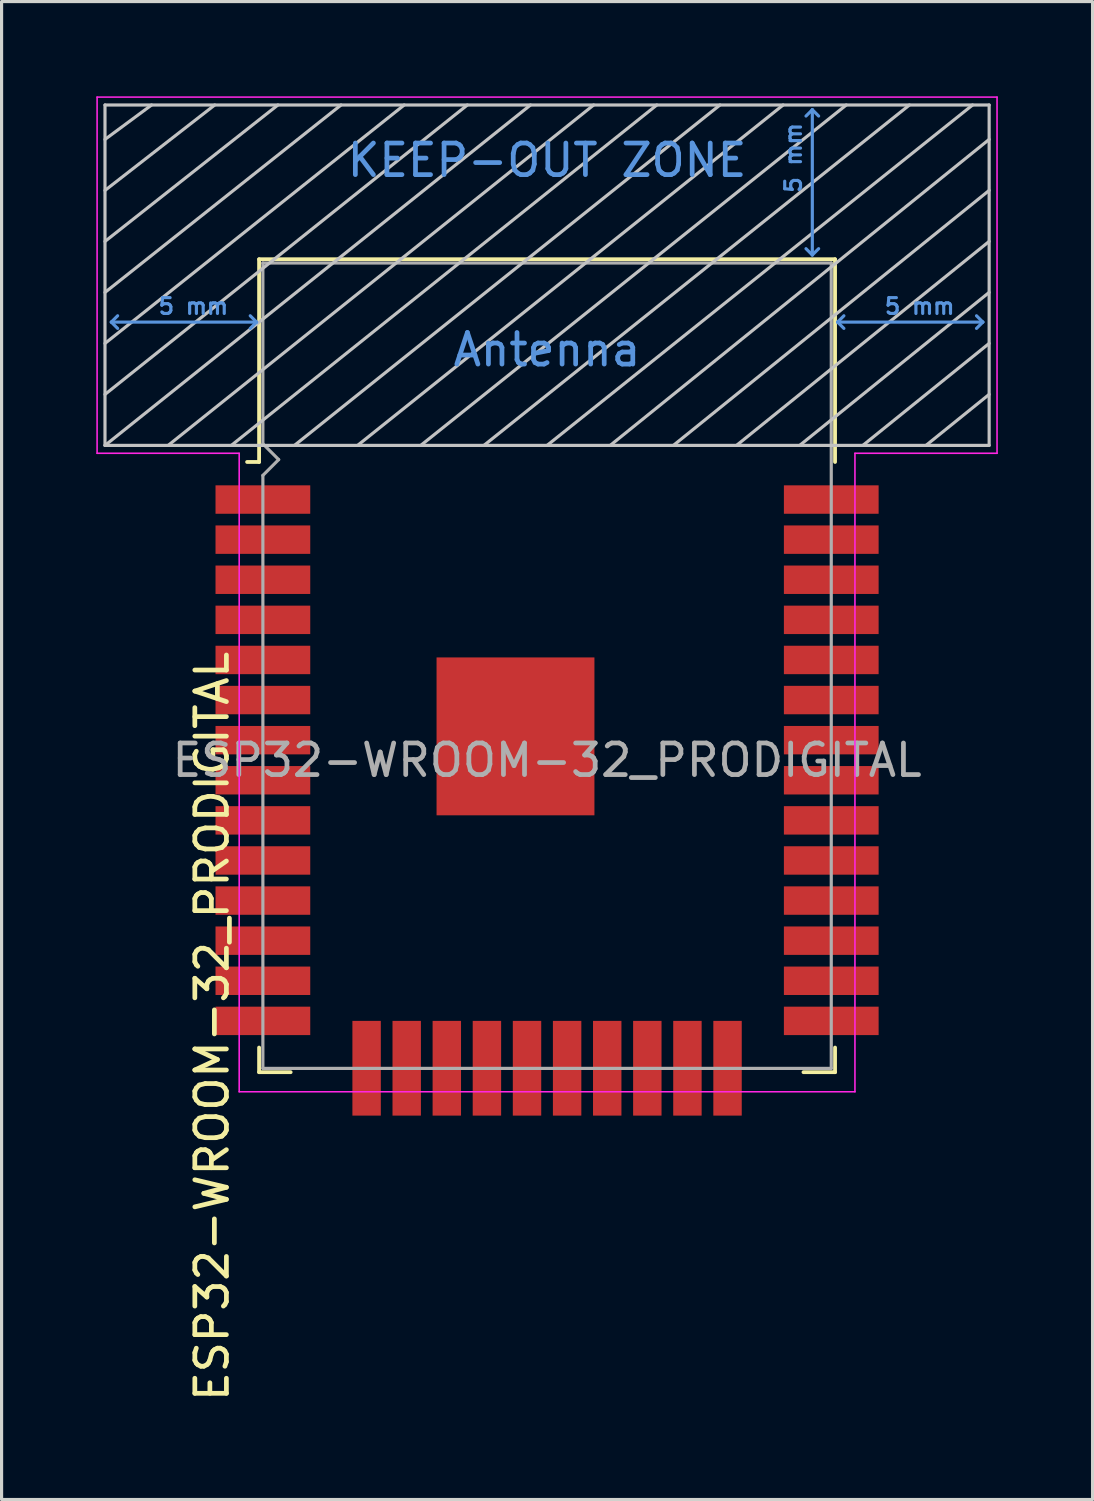
<source format=kicad_pcb>
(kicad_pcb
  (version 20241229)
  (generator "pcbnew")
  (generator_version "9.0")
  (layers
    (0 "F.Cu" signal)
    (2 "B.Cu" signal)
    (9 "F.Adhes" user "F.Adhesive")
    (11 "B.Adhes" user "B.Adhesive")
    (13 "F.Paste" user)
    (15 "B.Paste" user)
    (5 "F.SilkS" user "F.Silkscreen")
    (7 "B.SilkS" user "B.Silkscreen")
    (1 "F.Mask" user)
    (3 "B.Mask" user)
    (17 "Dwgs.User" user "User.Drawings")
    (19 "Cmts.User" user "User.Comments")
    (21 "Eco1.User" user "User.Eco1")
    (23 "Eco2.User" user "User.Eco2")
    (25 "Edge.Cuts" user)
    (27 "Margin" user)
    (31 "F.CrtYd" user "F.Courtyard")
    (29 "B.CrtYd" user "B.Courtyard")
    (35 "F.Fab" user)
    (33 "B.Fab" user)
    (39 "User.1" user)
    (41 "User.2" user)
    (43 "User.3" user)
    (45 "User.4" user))
  (footprint "ESP32-WROOM-32_PRODIGITAL"
    (layer "F.Cu")
    (at 14.275 21.025)
    (property "Reference" "ESP32-WROOM-32_PRODIGITAL" (at -10.61 8.43 90) (layer "F.SilkS") (effects (font (size 1 1) (thickness 0.15))))
    (attr smd)
    (fp_line (start -9.12 -15.865) (end -9.12 -9.445) (stroke (width 0.12) (type solid)) (layer "F.SilkS"))
    (fp_line (start -9.12 -15.865) (end 9.12 -15.865) (stroke (width 0.12) (type solid)) (layer "F.SilkS"))
    (fp_line (start -9.12 -9.445) (end -9.5 -9.445) (stroke (width 0.12) (type solid)) (layer "F.SilkS"))
    (fp_line (start -9.12 9.1) (end -9.12 9.88) (stroke (width 0.12) (type solid)) (layer "F.SilkS"))
    (fp_line (start -9.12 9.88) (end -8.12 9.88) (stroke (width 0.12) (type solid)) (layer "F.SilkS"))
    (fp_line (start 9.12 -15.865) (end 9.12 -9.445) (stroke (width 0.12) (type solid)) (layer "F.SilkS"))
    (fp_line (start 9.12 9.1) (end 9.12 9.88) (stroke (width 0.12) (type solid)) (layer "F.SilkS"))
    (fp_line (start 9.12 9.88) (end 8.12 9.88) (stroke (width 0.12) (type solid)) (layer "F.SilkS"))
    (fp_line (start -14 -9.97) (end -14 -20.75) (stroke (width 0.1) (type solid)) (layer "Dwgs.User"))
    (fp_line (start -12.525 -20.75) (end -14 -19.66) (stroke (width 0.1) (type solid)) (layer "Dwgs.User"))
    (fp_line (start -10.525 -20.75) (end -14 -18.045) (stroke (width 0.1) (type solid)) (layer "Dwgs.User"))
    (fp_line (start -8.525 -20.75) (end -14 -16.43) (stroke (width 0.1) (type solid)) (layer "Dwgs.User"))
    (fp_line (start -8 -9.97) (end 5.475 -20.75) (stroke (width 0.1) (type solid)) (layer "Dwgs.User"))
    (fp_line (start -6.525 -20.75) (end -14 -14.815) (stroke (width 0.1) (type solid)) (layer "Dwgs.User"))
    (fp_line (start -4.525 -20.75) (end -14 -13.2) (stroke (width 0.1) (type solid)) (layer "Dwgs.User"))
    (fp_line (start -2.525 -20.75) (end -14 -11.585) (stroke (width 0.1) (type solid)) (layer "Dwgs.User"))
    (fp_line (start -0.525 -20.75) (end -14 -9.97) (stroke (width 0.1) (type solid)) (layer "Dwgs.User"))
    (fp_line (start 1.475 -20.75) (end -12 -9.97) (stroke (width 0.1) (type solid)) (layer "Dwgs.User"))
    (fp_line (start 3.475 -20.75) (end -10 -9.97) (stroke (width 0.1) (type solid)) (layer "Dwgs.User"))
    (fp_line (start 7.475 -20.75) (end -6 -9.97) (stroke (width 0.1) (type solid)) (layer "Dwgs.User"))
    (fp_line (start 9.475 -20.75) (end -4 -9.97) (stroke (width 0.1) (type solid)) (layer "Dwgs.User"))
    (fp_line (start 11.475 -20.75) (end -2 -9.97) (stroke (width 0.1) (type solid)) (layer "Dwgs.User"))
    (fp_line (start 13.475 -20.75) (end 0 -9.97) (stroke (width 0.1) (type solid)) (layer "Dwgs.User"))
    (fp_line (start 14 -20.75) (end -14 -20.75) (stroke (width 0.1) (type solid)) (layer "Dwgs.User"))
    (fp_line (start 14 -19.66) (end 2 -9.97) (stroke (width 0.1) (type solid)) (layer "Dwgs.User"))
    (fp_line (start 14 -18.045) (end 4 -9.97) (stroke (width 0.1) (type solid)) (layer "Dwgs.User"))
    (fp_line (start 14 -16.43) (end 6 -9.97) (stroke (width 0.1) (type solid)) (layer "Dwgs.User"))
    (fp_line (start 14 -14.815) (end 8 -9.97) (stroke (width 0.1) (type solid)) (layer "Dwgs.User"))
    (fp_line (start 14 -13.2) (end 10 -9.97) (stroke (width 0.1) (type solid)) (layer "Dwgs.User"))
    (fp_line (start 14 -11.585) (end 12 -9.97) (stroke (width 0.1) (type solid)) (layer "Dwgs.User"))
    (fp_line (start 14 -9.97) (end -14 -9.97) (stroke (width 0.1) (type solid)) (layer "Dwgs.User"))
    (fp_line (start 14 -9.97) (end 14 -20.75) (stroke (width 0.1) (type solid)) (layer "Dwgs.User"))
    (fp_line (start -13.8 -13.875) (end -13.6 -14.075) (stroke (width 0.1) (type solid)) (layer "Cmts.User"))
    (fp_line (start -13.8 -13.875) (end -13.6 -13.675) (stroke (width 0.1) (type solid)) (layer "Cmts.User"))
    (fp_line (start -13.8 -13.875) (end -9.2 -13.875) (stroke (width 0.1) (type solid)) (layer "Cmts.User"))
    (fp_line (start -9.2 -13.875) (end -9.4 -14.075) (stroke (width 0.1) (type solid)) (layer "Cmts.User"))
    (fp_line (start -9.2 -13.875) (end -9.4 -13.675) (stroke (width 0.1) (type solid)) (layer "Cmts.User"))
    (fp_line (start 8.4 -20.6) (end 8.2 -20.4) (stroke (width 0.1) (type solid)) (layer "Cmts.User"))
    (fp_line (start 8.4 -20.6) (end 8.6 -20.4) (stroke (width 0.1) (type solid)) (layer "Cmts.User"))
    (fp_line (start 8.4 -16) (end 8.2 -16.2) (stroke (width 0.1) (type solid)) (layer "Cmts.User"))
    (fp_line (start 8.4 -16) (end 8.4 -20.6) (stroke (width 0.1) (type solid)) (layer "Cmts.User"))
    (fp_line (start 8.4 -16) (end 8.6 -16.2) (stroke (width 0.1) (type solid)) (layer "Cmts.User"))
    (fp_line (start 9.2 -13.875) (end 9.4 -14.075) (stroke (width 0.1) (type solid)) (layer "Cmts.User"))
    (fp_line (start 9.2 -13.875) (end 9.4 -13.675) (stroke (width 0.1) (type solid)) (layer "Cmts.User"))
    (fp_line (start 9.2 -13.875) (end 13.8 -13.875) (stroke (width 0.1) (type solid)) (layer "Cmts.User"))
    (fp_line (start 13.8 -13.875) (end 13.6 -14.075) (stroke (width 0.1) (type solid)) (layer "Cmts.User"))
    (fp_line (start 13.8 -13.875) (end 13.6 -13.675) (stroke (width 0.1) (type solid)) (layer "Cmts.User"))
    (fp_line (start -14.25 -21) (end -14.25 -9.72) (stroke (width 0.05) (type solid)) (layer "F.CrtYd"))
    (fp_line (start -14.25 -21) (end 14.25 -21) (stroke (width 0.05) (type solid)) (layer "F.CrtYd"))
    (fp_line (start -14.25 -9.72) (end -9.75 -9.72) (stroke (width 0.05) (type solid)) (layer "F.CrtYd"))
    (fp_line (start -9.75 10.5) (end -9.75 -9.72) (stroke (width 0.05) (type solid)) (layer "F.CrtYd"))
    (fp_line (start -9.75 10.5) (end 9.75 10.5) (stroke (width 0.05) (type solid)) (layer "F.CrtYd"))
    (fp_line (start 9.75 -9.72) (end 9.75 10.5) (stroke (width 0.05) (type solid)) (layer "F.CrtYd"))
    (fp_line (start 9.75 -9.72) (end 14.25 -9.72) (stroke (width 0.05) (type solid)) (layer "F.CrtYd"))
    (fp_line (start 14.25 -21) (end 14.25 -9.72) (stroke (width 0.05) (type solid)) (layer "F.CrtYd"))
    (fp_line (start -9 -15.745) (end -9 -10.02) (stroke (width 0.1) (type solid)) (layer "F.Fab"))
    (fp_line (start -9 -15.745) (end 9 -15.745) (stroke (width 0.1) (type solid)) (layer "F.Fab"))
    (fp_line (start -9 -9.02) (end -9 9.76) (stroke (width 0.1) (type solid)) (layer "F.Fab"))
    (fp_line (start -9 -9.02) (end -8.5 -9.52) (stroke (width 0.1) (type solid)) (layer "F.Fab"))
    (fp_line (start -9 9.76) (end 9 9.76) (stroke (width 0.1) (type solid)) (layer "F.Fab"))
    (fp_line (start -8.5 -9.52) (end -9 -10.02) (stroke (width 0.1) (type solid)) (layer "F.Fab"))
    (fp_line (start 9 9.76) (end 9 -15.745) (stroke (width 0.1) (type solid)) (layer "F.Fab"))
    (fp_text user "5 mm" (at 11.8 -14.375 0) (layer "Cmts.User") (effects (font (size 0.5 0.5) (thickness 0.1))))
    (fp_text user "KEEP-OUT ZONE" (at 0 -19 0) (layer "Cmts.User") (effects (font (size 1 1) (thickness 0.15))))
    (fp_text user "5 mm" (at 7.8 -19.075 90) (layer "Cmts.User") (effects (font (size 0.5 0.5) (thickness 0.1))))
    (fp_text user "Antenna" (at 0 -13 0) (layer "Cmts.User") (effects (font (size 1 1) (thickness 0.15))))
    (fp_text user "5 mm" (at -11.2 -14.375 0) (layer "Cmts.User") (effects (font (size 0.5 0.5) (thickness 0.1))))
    (fp_text user "${REFERENCE}" (at 0 0 0) (layer "F.Fab") (effects (font (size 1 1) (thickness 0.15))))
    (pad "1" smd rect (at -9 -8.255) (size 3 0.9) (layers "F.Cu" "F.Mask" "F.Paste"))
    (pad "2" smd rect (at -9 -6.985) (size 3 0.9) (layers "F.Cu" "F.Mask" "F.Paste"))
    (pad "3" smd rect (at -9 -5.715) (size 3 0.9) (layers "F.Cu" "F.Mask" "F.Paste"))
    (pad "4" smd rect (at -9 -4.445) (size 3 0.9) (layers "F.Cu" "F.Mask" "F.Paste"))
    (pad "5" smd rect (at -9 -3.175) (size 3 0.9) (layers "F.Cu" "F.Mask" "F.Paste"))
    (pad "6" smd rect (at -9 -1.905) (size 3 0.9) (layers "F.Cu" "F.Mask" "F.Paste"))
    (pad "7" smd rect (at -9 -0.635) (size 3 0.9) (layers "F.Cu" "F.Mask" "F.Paste"))
    (pad "8" smd rect (at -9 0.635) (size 3 0.9) (layers "F.Cu" "F.Mask" "F.Paste"))
    (pad "9" smd rect (at -9 1.905) (size 3 0.9) (layers "F.Cu" "F.Mask" "F.Paste"))
    (pad "10" smd rect (at -9 3.175) (size 3 0.9) (layers "F.Cu" "F.Mask" "F.Paste"))
    (pad "11" smd rect (at -9 4.445) (size 3 0.9) (layers "F.Cu" "F.Mask" "F.Paste"))
    (pad "12" smd rect (at -9 5.715) (size 3 0.9) (layers "F.Cu" "F.Mask" "F.Paste"))
    (pad "13" smd rect (at -9 6.985) (size 3 0.9) (layers "F.Cu" "F.Mask" "F.Paste"))
    (pad "14" smd rect (at -9 8.255) (size 3 0.9) (layers "F.Cu" "F.Mask" "F.Paste"))
    (pad "15" smd rect (at -5.715 9.755 90) (size 3 0.9) (layers "F.Cu" "F.Mask" "F.Paste"))
    (pad "16" smd rect (at -4.445 9.755 90) (size 3 0.9) (layers "F.Cu" "F.Mask" "F.Paste"))
    (pad "17" smd rect (at -3.175 9.755 90) (size 3 0.9) (layers "F.Cu" "F.Mask" "F.Paste"))
    (pad "18" smd rect (at -1.905 9.755 90) (size 3 0.9) (layers "F.Cu" "F.Mask" "F.Paste"))
    (pad "19" smd rect (at -0.635 9.755 90) (size 3 0.9) (layers "F.Cu" "F.Mask" "F.Paste"))
    (pad "20" smd rect (at 0.635 9.755 90) (size 3 0.9) (layers "F.Cu" "F.Mask" "F.Paste"))
    (pad "21" smd rect (at 1.905 9.755 90) (size 3 0.9) (layers "F.Cu" "F.Mask" "F.Paste"))
    (pad "22" smd rect (at 3.175 9.755 90) (size 3 0.9) (layers "F.Cu" "F.Mask" "F.Paste"))
    (pad "23" smd rect (at 4.445 9.755 90) (size 3 0.9) (layers "F.Cu" "F.Mask" "F.Paste"))
    (pad "24" smd rect (at 5.715 9.755 90) (size 3 0.9) (layers "F.Cu" "F.Mask" "F.Paste"))
    (pad "25" smd rect (at 9 8.255) (size 3 0.9) (layers "F.Cu" "F.Mask" "F.Paste"))
    (pad "26" smd rect (at 9 6.985) (size 3 0.9) (layers "F.Cu" "F.Mask" "F.Paste"))
    (pad "27" smd rect (at 9 5.715) (size 3 0.9) (layers "F.Cu" "F.Mask" "F.Paste"))
    (pad "28" smd rect (at 9 4.445) (size 3 0.9) (layers "F.Cu" "F.Mask" "F.Paste"))
    (pad "29" smd rect (at 9 3.175) (size 3 0.9) (layers "F.Cu" "F.Mask" "F.Paste"))
    (pad "30" smd rect (at 9 1.905) (size 3 0.9) (layers "F.Cu" "F.Mask" "F.Paste"))
    (pad "31" smd rect (at 9 0.635) (size 3 0.9) (layers "F.Cu" "F.Mask" "F.Paste"))
    (pad "32" smd rect (at 9 -0.635) (size 3 0.9) (layers "F.Cu" "F.Mask" "F.Paste"))
    (pad "33" smd rect (at 9 -1.905) (size 3 0.9) (layers "F.Cu" "F.Mask" "F.Paste"))
    (pad "34" smd rect (at 9 -3.175) (size 3 0.9) (layers "F.Cu" "F.Mask" "F.Paste"))
    (pad "35" smd rect (at 9 -4.445) (size 3 0.9) (layers "F.Cu" "F.Mask" "F.Paste"))
    (pad "36" smd rect (at 9 -5.715) (size 3 0.9) (layers "F.Cu" "F.Mask" "F.Paste"))
    (pad "37" smd rect (at 9 -6.985) (size 3 0.9) (layers "F.Cu" "F.Mask" "F.Paste"))
    (pad "38" smd rect (at 9 -8.255) (size 3 0.9) (layers "F.Cu" "F.Mask" "F.Paste"))
    (pad "39" smd rect (at -1 -0.755) (size 5 5) (layers "F.Cu" "F.Mask" "F.Paste")))
  (gr_rect
    (start -3 -3)
    (end 31.55 44.437)
    (stroke (width 0.1) (type default))
    (fill no)
    (layer "Edge.Cuts")))
</source>
